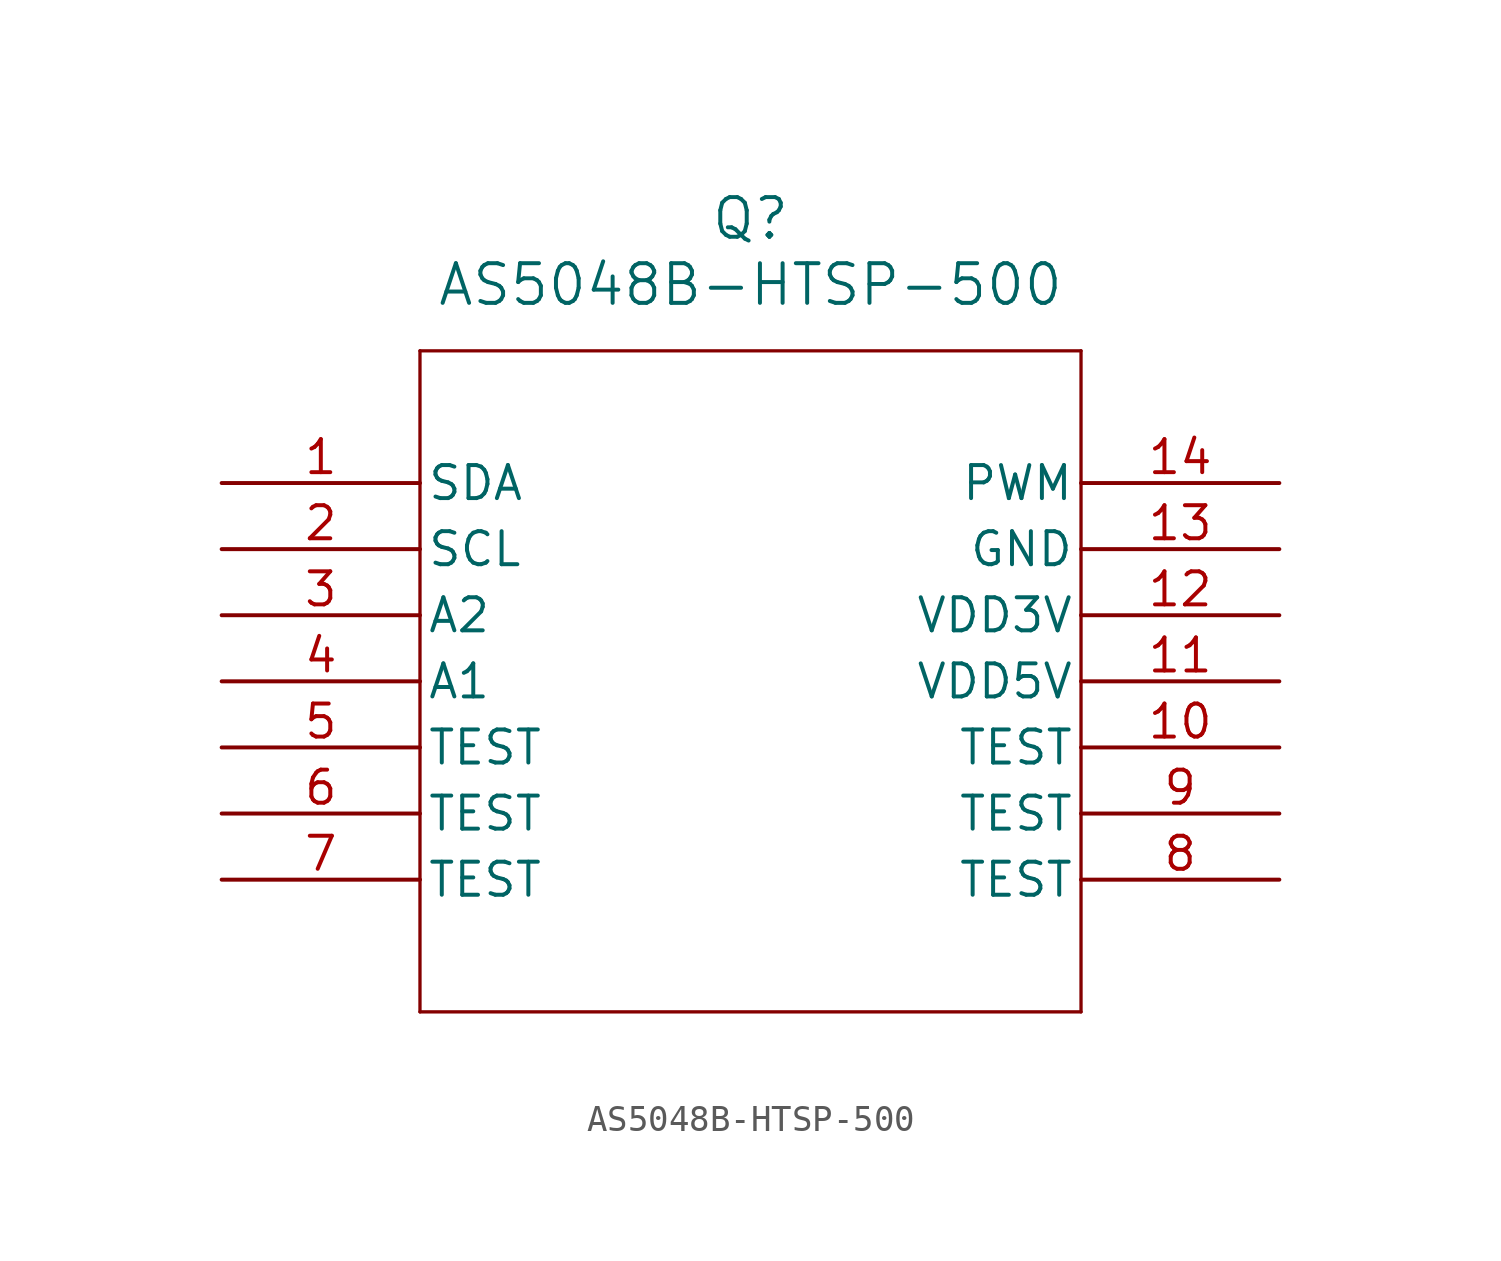
<source format=kicad_sym>
(kicad_symbol_lib
  (version 20211014)
  (generator kicad_symbol_editor)
  (symbol "AS5048B-HTSP-500"
    (pin_names
      (offset 0.254))
    (property "Reference" "Q"
      (at 20.32 10.16 0)
      (effects (font (size 1.524 1.524))))
    (property "Value" "AS5048B-HTSP-500"
      (at 20.32 7.62 0)
      (effects (font (size 1.524 1.524))))
    (symbol "AS5048B-HTSP-500_0_1"
      (polyline (pts (xy 7.62 5.08) (xy 7.62 -20.32)) (stroke (width 0.127) (type default) (color 0 0 0 0)) (fill (type none)))
      (polyline (pts (xy 7.62 -20.32) (xy 33.02 -20.32)) (stroke (width 0.127) (type default) (color 0 0 0 0)) (fill (type none)))
      (polyline (pts (xy 33.02 -20.32) (xy 33.02 5.08)) (stroke (width 0.127) (type default) (color 0 0 0 0)) (fill (type none)))
      (polyline (pts (xy 33.02 5.08) (xy 7.62 5.08)) (stroke (width 0.127) (type default) (color 0 0 0 0)) (fill (type none)))
      (pin unspecified line (at 0 0 0) (length 7.62) (name "SDA" (effects (font (size 1.27 1.27)))) (number "1" (effects (font (size 1.27 1.27)))))
      (pin unspecified line (at 0 -2.54 0) (length 7.62) (name "SCL" (effects (font (size 1.27 1.27)))) (number "2" (effects (font (size 1.27 1.27)))))
      (pin unspecified line (at 0 -5.08 0) (length 7.62) (name "A2" (effects (font (size 1.27 1.27)))) (number "3" (effects (font (size 1.27 1.27)))))
      (pin unspecified line (at 0 -7.62 0) (length 7.62) (name "A1" (effects (font (size 1.27 1.27)))) (number "4" (effects (font (size 1.27 1.27)))))
      (pin unspecified line (at 0 -10.16 0) (length 7.62) (name "TEST" (effects (font (size 1.27 1.27)))) (number "5" (effects (font (size 1.27 1.27)))))
      (pin unspecified line (at 0 -12.7 0) (length 7.62) (name "TEST" (effects (font (size 1.27 1.27)))) (number "6" (effects (font (size 1.27 1.27)))))
      (pin unspecified line (at 0 -15.24 0) (length 7.62) (name "TEST" (effects (font (size 1.27 1.27)))) (number "7" (effects (font (size 1.27 1.27)))))
      (pin unspecified line (at 40.64 -15.24 180) (length 7.62) (name "TEST" (effects (font (size 1.27 1.27)))) (number "8" (effects (font (size 1.27 1.27)))))
      (pin unspecified line (at 40.64 -12.7 180) (length 7.62) (name "TEST" (effects (font (size 1.27 1.27)))) (number "9" (effects (font (size 1.27 1.27)))))
      (pin unspecified line (at 40.64 -10.16 180) (length 7.62) (name "TEST" (effects (font (size 1.27 1.27)))) (number "10" (effects (font (size 1.27 1.27)))))
      (pin unspecified line (at 40.64 -7.62 180) (length 7.62) (name "VDD5V" (effects (font (size 1.27 1.27)))) (number "11" (effects (font (size 1.27 1.27)))))
      (pin unspecified line (at 40.64 -5.08 180) (length 7.62) (name "VDD3V" (effects (font (size 1.27 1.27)))) (number "12" (effects (font (size 1.27 1.27)))))
      (pin unspecified line (at 40.64 -2.54 180) (length 7.62) (name "GND" (effects (font (size 1.27 1.27)))) (number "13" (effects (font (size 1.27 1.27)))))
      (pin unspecified line (at 40.64 0 180) (length 7.62) (name "PWM" (effects (font (size 1.27 1.27)))) (number "14" (effects (font (size 1.27 1.27))))))))
</source>
